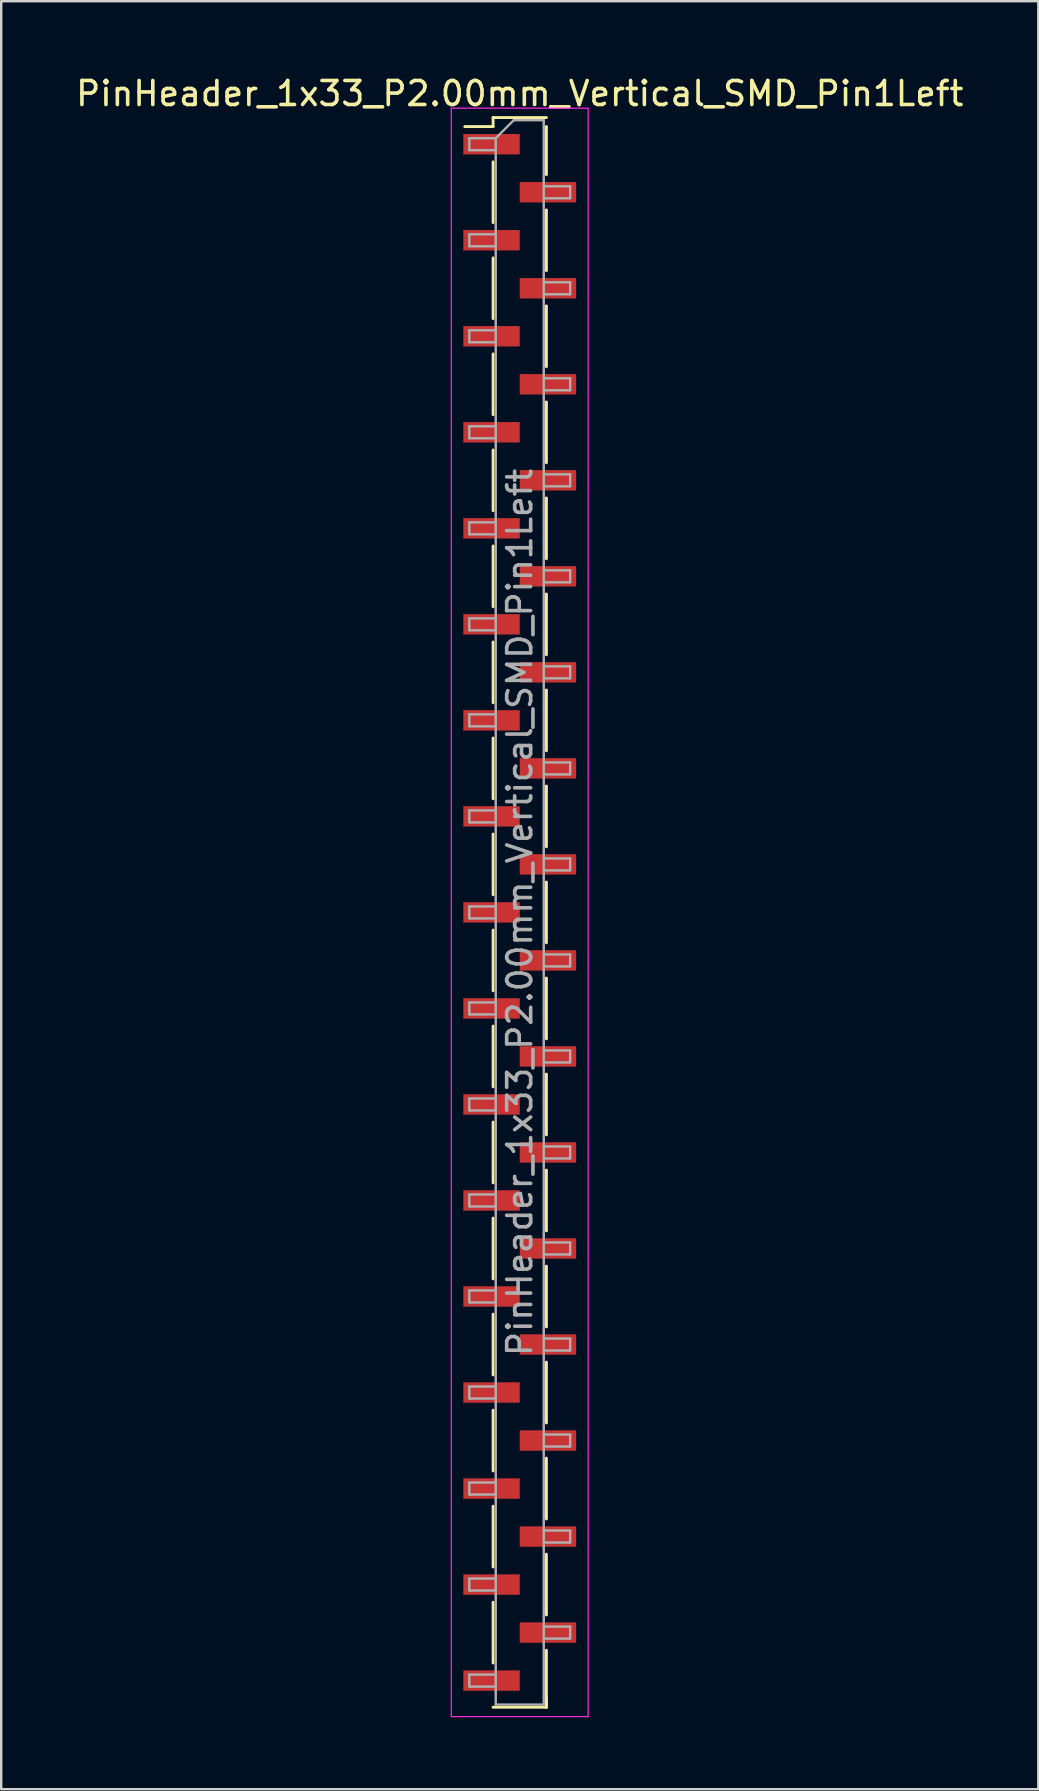
<source format=kicad_pcb>
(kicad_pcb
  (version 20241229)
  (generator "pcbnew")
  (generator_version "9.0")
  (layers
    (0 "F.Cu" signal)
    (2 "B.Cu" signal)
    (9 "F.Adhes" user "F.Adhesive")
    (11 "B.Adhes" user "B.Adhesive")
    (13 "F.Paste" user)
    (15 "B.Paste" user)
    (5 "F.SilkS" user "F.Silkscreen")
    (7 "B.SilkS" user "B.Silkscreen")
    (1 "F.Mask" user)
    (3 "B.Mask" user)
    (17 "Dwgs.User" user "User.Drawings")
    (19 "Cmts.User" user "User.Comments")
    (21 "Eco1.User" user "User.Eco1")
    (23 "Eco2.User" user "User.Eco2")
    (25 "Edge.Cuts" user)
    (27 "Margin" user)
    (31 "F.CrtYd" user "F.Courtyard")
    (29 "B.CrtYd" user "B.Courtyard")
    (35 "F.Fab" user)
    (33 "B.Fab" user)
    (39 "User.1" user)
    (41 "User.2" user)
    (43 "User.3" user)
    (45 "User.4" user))
  (footprint "PinHeader_1x33_P2.00mm_Vertical_SMD_Pin1Left"
    (layer "F.Cu")
    (at 18.601 34.958)
    (property "Reference" "PinHeader_1x33_P2.00mm_Vertical_SMD_Pin1Left" (at 0 -34.11 0) (layer "F.SilkS") (effects (font (size 1 1) (thickness 0.15))))
    (attr smd)
    (fp_line (start -1.11 -33.11) (end -1.11 -32.735) (stroke (width 0.12) (type solid)) (layer "F.SilkS"))
    (fp_line (start -1.11 -33.11) (end 1.11 -33.11) (stroke (width 0.12) (type solid)) (layer "F.SilkS"))
    (fp_line (start -1.11 -32.735) (end -2.29 -32.735) (stroke (width 0.12) (type solid)) (layer "F.SilkS"))
    (fp_line (start -1.11 -31.265) (end -1.11 -28.735) (stroke (width 0.12) (type solid)) (layer "F.SilkS"))
    (fp_line (start -1.11 -27.265) (end -1.11 -24.735) (stroke (width 0.12) (type solid)) (layer "F.SilkS"))
    (fp_line (start -1.11 -23.265) (end -1.11 -20.735) (stroke (width 0.12) (type solid)) (layer "F.SilkS"))
    (fp_line (start -1.11 -19.265) (end -1.11 -16.735) (stroke (width 0.12) (type solid)) (layer "F.SilkS"))
    (fp_line (start -1.11 -15.265) (end -1.11 -12.735) (stroke (width 0.12) (type solid)) (layer "F.SilkS"))
    (fp_line (start -1.11 -11.265) (end -1.11 -8.735) (stroke (width 0.12) (type solid)) (layer "F.SilkS"))
    (fp_line (start -1.11 -7.265) (end -1.11 -4.735) (stroke (width 0.12) (type solid)) (layer "F.SilkS"))
    (fp_line (start -1.11 -3.265) (end -1.11 -0.735) (stroke (width 0.12) (type solid)) (layer "F.SilkS"))
    (fp_line (start -1.11 0.735) (end -1.11 3.265) (stroke (width 0.12) (type solid)) (layer "F.SilkS"))
    (fp_line (start -1.11 4.735) (end -1.11 7.265) (stroke (width 0.12) (type solid)) (layer "F.SilkS"))
    (fp_line (start -1.11 8.735) (end -1.11 11.265) (stroke (width 0.12) (type solid)) (layer "F.SilkS"))
    (fp_line (start -1.11 12.735) (end -1.11 15.265) (stroke (width 0.12) (type solid)) (layer "F.SilkS"))
    (fp_line (start -1.11 16.735) (end -1.11 19.265) (stroke (width 0.12) (type solid)) (layer "F.SilkS"))
    (fp_line (start -1.11 20.735) (end -1.11 23.265) (stroke (width 0.12) (type solid)) (layer "F.SilkS"))
    (fp_line (start -1.11 24.735) (end -1.11 27.265) (stroke (width 0.12) (type solid)) (layer "F.SilkS"))
    (fp_line (start -1.11 28.735) (end -1.11 31.265) (stroke (width 0.12) (type solid)) (layer "F.SilkS"))
    (fp_line (start -1.11 33.11) (end 1.11 33.11) (stroke (width 0.12) (type solid)) (layer "F.SilkS"))
    (fp_line (start 1.11 -32.735) (end 1.11 -30.735) (stroke (width 0.12) (type solid)) (layer "F.SilkS"))
    (fp_line (start 1.11 -29.265) (end 1.11 -26.735) (stroke (width 0.12) (type solid)) (layer "F.SilkS"))
    (fp_line (start 1.11 -25.265) (end 1.11 -22.735) (stroke (width 0.12) (type solid)) (layer "F.SilkS"))
    (fp_line (start 1.11 -21.265) (end 1.11 -18.735) (stroke (width 0.12) (type solid)) (layer "F.SilkS"))
    (fp_line (start 1.11 -17.265) (end 1.11 -14.735) (stroke (width 0.12) (type solid)) (layer "F.SilkS"))
    (fp_line (start 1.11 -13.265) (end 1.11 -10.735) (stroke (width 0.12) (type solid)) (layer "F.SilkS"))
    (fp_line (start 1.11 -9.265) (end 1.11 -6.735) (stroke (width 0.12) (type solid)) (layer "F.SilkS"))
    (fp_line (start 1.11 -5.265) (end 1.11 -2.735) (stroke (width 0.12) (type solid)) (layer "F.SilkS"))
    (fp_line (start 1.11 -1.265) (end 1.11 1.265) (stroke (width 0.12) (type solid)) (layer "F.SilkS"))
    (fp_line (start 1.11 2.735) (end 1.11 5.265) (stroke (width 0.12) (type solid)) (layer "F.SilkS"))
    (fp_line (start 1.11 6.735) (end 1.11 9.265) (stroke (width 0.12) (type solid)) (layer "F.SilkS"))
    (fp_line (start 1.11 10.735) (end 1.11 13.265) (stroke (width 0.12) (type solid)) (layer "F.SilkS"))
    (fp_line (start 1.11 14.735) (end 1.11 17.265) (stroke (width 0.12) (type solid)) (layer "F.SilkS"))
    (fp_line (start 1.11 18.735) (end 1.11 21.265) (stroke (width 0.12) (type solid)) (layer "F.SilkS"))
    (fp_line (start 1.11 22.735) (end 1.11 25.265) (stroke (width 0.12) (type solid)) (layer "F.SilkS"))
    (fp_line (start 1.11 26.735) (end 1.11 29.265) (stroke (width 0.12) (type solid)) (layer "F.SilkS"))
    (fp_line (start 1.11 30.735) (end 1.11 33.11) (stroke (width 0.12) (type solid)) (layer "F.SilkS"))
    (fp_line (start 1.11 32.735) (end 1.11 33.11) (stroke (width 0.12) (type solid)) (layer "F.SilkS"))
    (fp_line (start -2.85 -33.5) (end -2.85 33.5) (stroke (width 0.05) (type solid)) (layer "F.CrtYd"))
    (fp_line (start -2.85 33.5) (end 2.85 33.5) (stroke (width 0.05) (type solid)) (layer "F.CrtYd"))
    (fp_line (start 2.85 -33.5) (end -2.85 -33.5) (stroke (width 0.05) (type solid)) (layer "F.CrtYd"))
    (fp_line (start 2.85 33.5) (end 2.85 -33.5) (stroke (width 0.05) (type solid)) (layer "F.CrtYd"))
    (fp_line (start -2.1 -32.25) (end -2.1 -31.75) (stroke (width 0.1) (type solid)) (layer "F.Fab"))
    (fp_line (start -2.1 -31.75) (end -1 -31.75) (stroke (width 0.1) (type solid)) (layer "F.Fab"))
    (fp_line (start -2.1 -28.25) (end -2.1 -27.75) (stroke (width 0.1) (type solid)) (layer "F.Fab"))
    (fp_line (start -2.1 -27.75) (end -1 -27.75) (stroke (width 0.1) (type solid)) (layer "F.Fab"))
    (fp_line (start -2.1 -24.25) (end -2.1 -23.75) (stroke (width 0.1) (type solid)) (layer "F.Fab"))
    (fp_line (start -2.1 -23.75) (end -1 -23.75) (stroke (width 0.1) (type solid)) (layer "F.Fab"))
    (fp_line (start -2.1 -20.25) (end -2.1 -19.75) (stroke (width 0.1) (type solid)) (layer "F.Fab"))
    (fp_line (start -2.1 -19.75) (end -1 -19.75) (stroke (width 0.1) (type solid)) (layer "F.Fab"))
    (fp_line (start -2.1 -16.25) (end -2.1 -15.75) (stroke (width 0.1) (type solid)) (layer "F.Fab"))
    (fp_line (start -2.1 -15.75) (end -1 -15.75) (stroke (width 0.1) (type solid)) (layer "F.Fab"))
    (fp_line (start -2.1 -12.25) (end -2.1 -11.75) (stroke (width 0.1) (type solid)) (layer "F.Fab"))
    (fp_line (start -2.1 -11.75) (end -1 -11.75) (stroke (width 0.1) (type solid)) (layer "F.Fab"))
    (fp_line (start -2.1 -8.25) (end -2.1 -7.75) (stroke (width 0.1) (type solid)) (layer "F.Fab"))
    (fp_line (start -2.1 -7.75) (end -1 -7.75) (stroke (width 0.1) (type solid)) (layer "F.Fab"))
    (fp_line (start -2.1 -4.25) (end -2.1 -3.75) (stroke (width 0.1) (type solid)) (layer "F.Fab"))
    (fp_line (start -2.1 -3.75) (end -1 -3.75) (stroke (width 0.1) (type solid)) (layer "F.Fab"))
    (fp_line (start -2.1 -0.25) (end -2.1 0.25) (stroke (width 0.1) (type solid)) (layer "F.Fab"))
    (fp_line (start -2.1 0.25) (end -1 0.25) (stroke (width 0.1) (type solid)) (layer "F.Fab"))
    (fp_line (start -2.1 3.75) (end -2.1 4.25) (stroke (width 0.1) (type solid)) (layer "F.Fab"))
    (fp_line (start -2.1 4.25) (end -1 4.25) (stroke (width 0.1) (type solid)) (layer "F.Fab"))
    (fp_line (start -2.1 7.75) (end -2.1 8.25) (stroke (width 0.1) (type solid)) (layer "F.Fab"))
    (fp_line (start -2.1 8.25) (end -1 8.25) (stroke (width 0.1) (type solid)) (layer "F.Fab"))
    (fp_line (start -2.1 11.75) (end -2.1 12.25) (stroke (width 0.1) (type solid)) (layer "F.Fab"))
    (fp_line (start -2.1 12.25) (end -1 12.25) (stroke (width 0.1) (type solid)) (layer "F.Fab"))
    (fp_line (start -2.1 15.75) (end -2.1 16.25) (stroke (width 0.1) (type solid)) (layer "F.Fab"))
    (fp_line (start -2.1 16.25) (end -1 16.25) (stroke (width 0.1) (type solid)) (layer "F.Fab"))
    (fp_line (start -2.1 19.75) (end -2.1 20.25) (stroke (width 0.1) (type solid)) (layer "F.Fab"))
    (fp_line (start -2.1 20.25) (end -1 20.25) (stroke (width 0.1) (type solid)) (layer "F.Fab"))
    (fp_line (start -2.1 23.75) (end -2.1 24.25) (stroke (width 0.1) (type solid)) (layer "F.Fab"))
    (fp_line (start -2.1 24.25) (end -1 24.25) (stroke (width 0.1) (type solid)) (layer "F.Fab"))
    (fp_line (start -2.1 27.75) (end -2.1 28.25) (stroke (width 0.1) (type solid)) (layer "F.Fab"))
    (fp_line (start -2.1 28.25) (end -1 28.25) (stroke (width 0.1) (type solid)) (layer "F.Fab"))
    (fp_line (start -2.1 31.75) (end -2.1 32.25) (stroke (width 0.1) (type solid)) (layer "F.Fab"))
    (fp_line (start -2.1 32.25) (end -1 32.25) (stroke (width 0.1) (type solid)) (layer "F.Fab"))
    (fp_line (start -1 -32.25) (end -2.1 -32.25) (stroke (width 0.1) (type solid)) (layer "F.Fab"))
    (fp_line (start -1 -32.25) (end -0.25 -33) (stroke (width 0.1) (type solid)) (layer "F.Fab"))
    (fp_line (start -1 -28.25) (end -2.1 -28.25) (stroke (width 0.1) (type solid)) (layer "F.Fab"))
    (fp_line (start -1 -24.25) (end -2.1 -24.25) (stroke (width 0.1) (type solid)) (layer "F.Fab"))
    (fp_line (start -1 -20.25) (end -2.1 -20.25) (stroke (width 0.1) (type solid)) (layer "F.Fab"))
    (fp_line (start -1 -16.25) (end -2.1 -16.25) (stroke (width 0.1) (type solid)) (layer "F.Fab"))
    (fp_line (start -1 -12.25) (end -2.1 -12.25) (stroke (width 0.1) (type solid)) (layer "F.Fab"))
    (fp_line (start -1 -8.25) (end -2.1 -8.25) (stroke (width 0.1) (type solid)) (layer "F.Fab"))
    (fp_line (start -1 -4.25) (end -2.1 -4.25) (stroke (width 0.1) (type solid)) (layer "F.Fab"))
    (fp_line (start -1 -0.25) (end -2.1 -0.25) (stroke (width 0.1) (type solid)) (layer "F.Fab"))
    (fp_line (start -1 3.75) (end -2.1 3.75) (stroke (width 0.1) (type solid)) (layer "F.Fab"))
    (fp_line (start -1 7.75) (end -2.1 7.75) (stroke (width 0.1) (type solid)) (layer "F.Fab"))
    (fp_line (start -1 11.75) (end -2.1 11.75) (stroke (width 0.1) (type solid)) (layer "F.Fab"))
    (fp_line (start -1 15.75) (end -2.1 15.75) (stroke (width 0.1) (type solid)) (layer "F.Fab"))
    (fp_line (start -1 19.75) (end -2.1 19.75) (stroke (width 0.1) (type solid)) (layer "F.Fab"))
    (fp_line (start -1 23.75) (end -2.1 23.75) (stroke (width 0.1) (type solid)) (layer "F.Fab"))
    (fp_line (start -1 27.75) (end -2.1 27.75) (stroke (width 0.1) (type solid)) (layer "F.Fab"))
    (fp_line (start -1 31.75) (end -2.1 31.75) (stroke (width 0.1) (type solid)) (layer "F.Fab"))
    (fp_line (start -1 33) (end -1 -32.25) (stroke (width 0.1) (type solid)) (layer "F.Fab"))
    (fp_line (start -0.25 -33) (end 1 -33) (stroke (width 0.1) (type solid)) (layer "F.Fab"))
    (fp_line (start 1 -33) (end 1 33) (stroke (width 0.1) (type solid)) (layer "F.Fab"))
    (fp_line (start 1 -30.25) (end 2.1 -30.25) (stroke (width 0.1) (type solid)) (layer "F.Fab"))
    (fp_line (start 1 -26.25) (end 2.1 -26.25) (stroke (width 0.1) (type solid)) (layer "F.Fab"))
    (fp_line (start 1 -22.25) (end 2.1 -22.25) (stroke (width 0.1) (type solid)) (layer "F.Fab"))
    (fp_line (start 1 -18.25) (end 2.1 -18.25) (stroke (width 0.1) (type solid)) (layer "F.Fab"))
    (fp_line (start 1 -14.25) (end 2.1 -14.25) (stroke (width 0.1) (type solid)) (layer "F.Fab"))
    (fp_line (start 1 -10.25) (end 2.1 -10.25) (stroke (width 0.1) (type solid)) (layer "F.Fab"))
    (fp_line (start 1 -6.25) (end 2.1 -6.25) (stroke (width 0.1) (type solid)) (layer "F.Fab"))
    (fp_line (start 1 -2.25) (end 2.1 -2.25) (stroke (width 0.1) (type solid)) (layer "F.Fab"))
    (fp_line (start 1 1.75) (end 2.1 1.75) (stroke (width 0.1) (type solid)) (layer "F.Fab"))
    (fp_line (start 1 5.75) (end 2.1 5.75) (stroke (width 0.1) (type solid)) (layer "F.Fab"))
    (fp_line (start 1 9.75) (end 2.1 9.75) (stroke (width 0.1) (type solid)) (layer "F.Fab"))
    (fp_line (start 1 13.75) (end 2.1 13.75) (stroke (width 0.1) (type solid)) (layer "F.Fab"))
    (fp_line (start 1 17.75) (end 2.1 17.75) (stroke (width 0.1) (type solid)) (layer "F.Fab"))
    (fp_line (start 1 21.75) (end 2.1 21.75) (stroke (width 0.1) (type solid)) (layer "F.Fab"))
    (fp_line (start 1 25.75) (end 2.1 25.75) (stroke (width 0.1) (type solid)) (layer "F.Fab"))
    (fp_line (start 1 29.75) (end 2.1 29.75) (stroke (width 0.1) (type solid)) (layer "F.Fab"))
    (fp_line (start 1 33) (end -1 33) (stroke (width 0.1) (type solid)) (layer "F.Fab"))
    (fp_line (start 2.1 -30.25) (end 2.1 -29.75) (stroke (width 0.1) (type solid)) (layer "F.Fab"))
    (fp_line (start 2.1 -29.75) (end 1 -29.75) (stroke (width 0.1) (type solid)) (layer "F.Fab"))
    (fp_line (start 2.1 -26.25) (end 2.1 -25.75) (stroke (width 0.1) (type solid)) (layer "F.Fab"))
    (fp_line (start 2.1 -25.75) (end 1 -25.75) (stroke (width 0.1) (type solid)) (layer "F.Fab"))
    (fp_line (start 2.1 -22.25) (end 2.1 -21.75) (stroke (width 0.1) (type solid)) (layer "F.Fab"))
    (fp_line (start 2.1 -21.75) (end 1 -21.75) (stroke (width 0.1) (type solid)) (layer "F.Fab"))
    (fp_line (start 2.1 -18.25) (end 2.1 -17.75) (stroke (width 0.1) (type solid)) (layer "F.Fab"))
    (fp_line (start 2.1 -17.75) (end 1 -17.75) (stroke (width 0.1) (type solid)) (layer "F.Fab"))
    (fp_line (start 2.1 -14.25) (end 2.1 -13.75) (stroke (width 0.1) (type solid)) (layer "F.Fab"))
    (fp_line (start 2.1 -13.75) (end 1 -13.75) (stroke (width 0.1) (type solid)) (layer "F.Fab"))
    (fp_line (start 2.1 -10.25) (end 2.1 -9.75) (stroke (width 0.1) (type solid)) (layer "F.Fab"))
    (fp_line (start 2.1 -9.75) (end 1 -9.75) (stroke (width 0.1) (type solid)) (layer "F.Fab"))
    (fp_line (start 2.1 -6.25) (end 2.1 -5.75) (stroke (width 0.1) (type solid)) (layer "F.Fab"))
    (fp_line (start 2.1 -5.75) (end 1 -5.75) (stroke (width 0.1) (type solid)) (layer "F.Fab"))
    (fp_line (start 2.1 -2.25) (end 2.1 -1.75) (stroke (width 0.1) (type solid)) (layer "F.Fab"))
    (fp_line (start 2.1 -1.75) (end 1 -1.75) (stroke (width 0.1) (type solid)) (layer "F.Fab"))
    (fp_line (start 2.1 1.75) (end 2.1 2.25) (stroke (width 0.1) (type solid)) (layer "F.Fab"))
    (fp_line (start 2.1 2.25) (end 1 2.25) (stroke (width 0.1) (type solid)) (layer "F.Fab"))
    (fp_line (start 2.1 5.75) (end 2.1 6.25) (stroke (width 0.1) (type solid)) (layer "F.Fab"))
    (fp_line (start 2.1 6.25) (end 1 6.25) (stroke (width 0.1) (type solid)) (layer "F.Fab"))
    (fp_line (start 2.1 9.75) (end 2.1 10.25) (stroke (width 0.1) (type solid)) (layer "F.Fab"))
    (fp_line (start 2.1 10.25) (end 1 10.25) (stroke (width 0.1) (type solid)) (layer "F.Fab"))
    (fp_line (start 2.1 13.75) (end 2.1 14.25) (stroke (width 0.1) (type solid)) (layer "F.Fab"))
    (fp_line (start 2.1 14.25) (end 1 14.25) (stroke (width 0.1) (type solid)) (layer "F.Fab"))
    (fp_line (start 2.1 17.75) (end 2.1 18.25) (stroke (width 0.1) (type solid)) (layer "F.Fab"))
    (fp_line (start 2.1 18.25) (end 1 18.25) (stroke (width 0.1) (type solid)) (layer "F.Fab"))
    (fp_line (start 2.1 21.75) (end 2.1 22.25) (stroke (width 0.1) (type solid)) (layer "F.Fab"))
    (fp_line (start 2.1 22.25) (end 1 22.25) (stroke (width 0.1) (type solid)) (layer "F.Fab"))
    (fp_line (start 2.1 25.75) (end 2.1 26.25) (stroke (width 0.1) (type solid)) (layer "F.Fab"))
    (fp_line (start 2.1 26.25) (end 1 26.25) (stroke (width 0.1) (type solid)) (layer "F.Fab"))
    (fp_line (start 2.1 29.75) (end 2.1 30.25) (stroke (width 0.1) (type solid)) (layer "F.Fab"))
    (fp_line (start 2.1 30.25) (end 1 30.25) (stroke (width 0.1) (type solid)) (layer "F.Fab"))
    (fp_text user "${REFERENCE}" (at 0 0 90) (layer "F.Fab") (effects (font (size 1 1) (thickness 0.15))))
    (pad "1" smd rect (at -1.175 -32) (size 2.35 0.85) (layers "F.Cu" "F.Mask" "F.Paste"))
    (pad "2" smd rect (at 1.175 -30) (size 2.35 0.85) (layers "F.Cu" "F.Mask" "F.Paste"))
    (pad "3" smd rect (at -1.175 -28) (size 2.35 0.85) (layers "F.Cu" "F.Mask" "F.Paste"))
    (pad "4" smd rect (at 1.175 -26) (size 2.35 0.85) (layers "F.Cu" "F.Mask" "F.Paste"))
    (pad "5" smd rect (at -1.175 -24) (size 2.35 0.85) (layers "F.Cu" "F.Mask" "F.Paste"))
    (pad "6" smd rect (at 1.175 -22) (size 2.35 0.85) (layers "F.Cu" "F.Mask" "F.Paste"))
    (pad "7" smd rect (at -1.175 -20) (size 2.35 0.85) (layers "F.Cu" "F.Mask" "F.Paste"))
    (pad "8" smd rect (at 1.175 -18) (size 2.35 0.85) (layers "F.Cu" "F.Mask" "F.Paste"))
    (pad "9" smd rect (at -1.175 -16) (size 2.35 0.85) (layers "F.Cu" "F.Mask" "F.Paste"))
    (pad "10" smd rect (at 1.175 -14) (size 2.35 0.85) (layers "F.Cu" "F.Mask" "F.Paste"))
    (pad "11" smd rect (at -1.175 -12) (size 2.35 0.85) (layers "F.Cu" "F.Mask" "F.Paste"))
    (pad "12" smd rect (at 1.175 -10) (size 2.35 0.85) (layers "F.Cu" "F.Mask" "F.Paste"))
    (pad "13" smd rect (at -1.175 -8) (size 2.35 0.85) (layers "F.Cu" "F.Mask" "F.Paste"))
    (pad "14" smd rect (at 1.175 -6) (size 2.35 0.85) (layers "F.Cu" "F.Mask" "F.Paste"))
    (pad "15" smd rect (at -1.175 -4) (size 2.35 0.85) (layers "F.Cu" "F.Mask" "F.Paste"))
    (pad "16" smd rect (at 1.175 -2) (size 2.35 0.85) (layers "F.Cu" "F.Mask" "F.Paste"))
    (pad "17" smd rect (at -1.175 0) (size 2.35 0.85) (layers "F.Cu" "F.Mask" "F.Paste"))
    (pad "18" smd rect (at 1.175 2) (size 2.35 0.85) (layers "F.Cu" "F.Mask" "F.Paste"))
    (pad "19" smd rect (at -1.175 4) (size 2.35 0.85) (layers "F.Cu" "F.Mask" "F.Paste"))
    (pad "20" smd rect (at 1.175 6) (size 2.35 0.85) (layers "F.Cu" "F.Mask" "F.Paste"))
    (pad "21" smd rect (at -1.175 8) (size 2.35 0.85) (layers "F.Cu" "F.Mask" "F.Paste"))
    (pad "22" smd rect (at 1.175 10) (size 2.35 0.85) (layers "F.Cu" "F.Mask" "F.Paste"))
    (pad "23" smd rect (at -1.175 12) (size 2.35 0.85) (layers "F.Cu" "F.Mask" "F.Paste"))
    (pad "24" smd rect (at 1.175 14) (size 2.35 0.85) (layers "F.Cu" "F.Mask" "F.Paste"))
    (pad "25" smd rect (at -1.175 16) (size 2.35 0.85) (layers "F.Cu" "F.Mask" "F.Paste"))
    (pad "26" smd rect (at 1.175 18) (size 2.35 0.85) (layers "F.Cu" "F.Mask" "F.Paste"))
    (pad "27" smd rect (at -1.175 20) (size 2.35 0.85) (layers "F.Cu" "F.Mask" "F.Paste"))
    (pad "28" smd rect (at 1.175 22) (size 2.35 0.85) (layers "F.Cu" "F.Mask" "F.Paste"))
    (pad "29" smd rect (at -1.175 24) (size 2.35 0.85) (layers "F.Cu" "F.Mask" "F.Paste"))
    (pad "30" smd rect (at 1.175 26) (size 2.35 0.85) (layers "F.Cu" "F.Mask" "F.Paste"))
    (pad "31" smd rect (at -1.175 28) (size 2.35 0.85) (layers "F.Cu" "F.Mask" "F.Paste"))
    (pad "32" smd rect (at 1.175 30) (size 2.35 0.85) (layers "F.Cu" "F.Mask" "F.Paste"))
    (pad "33" smd rect (at -1.175 32) (size 2.35 0.85) (layers "F.Cu" "F.Mask" "F.Paste")))
  (gr_rect
    (start -3 -3)
    (end 40.202 71.483)
    (stroke (width 0.1) (type default))
    (fill no)
    (layer "Edge.Cuts")))
</source>
